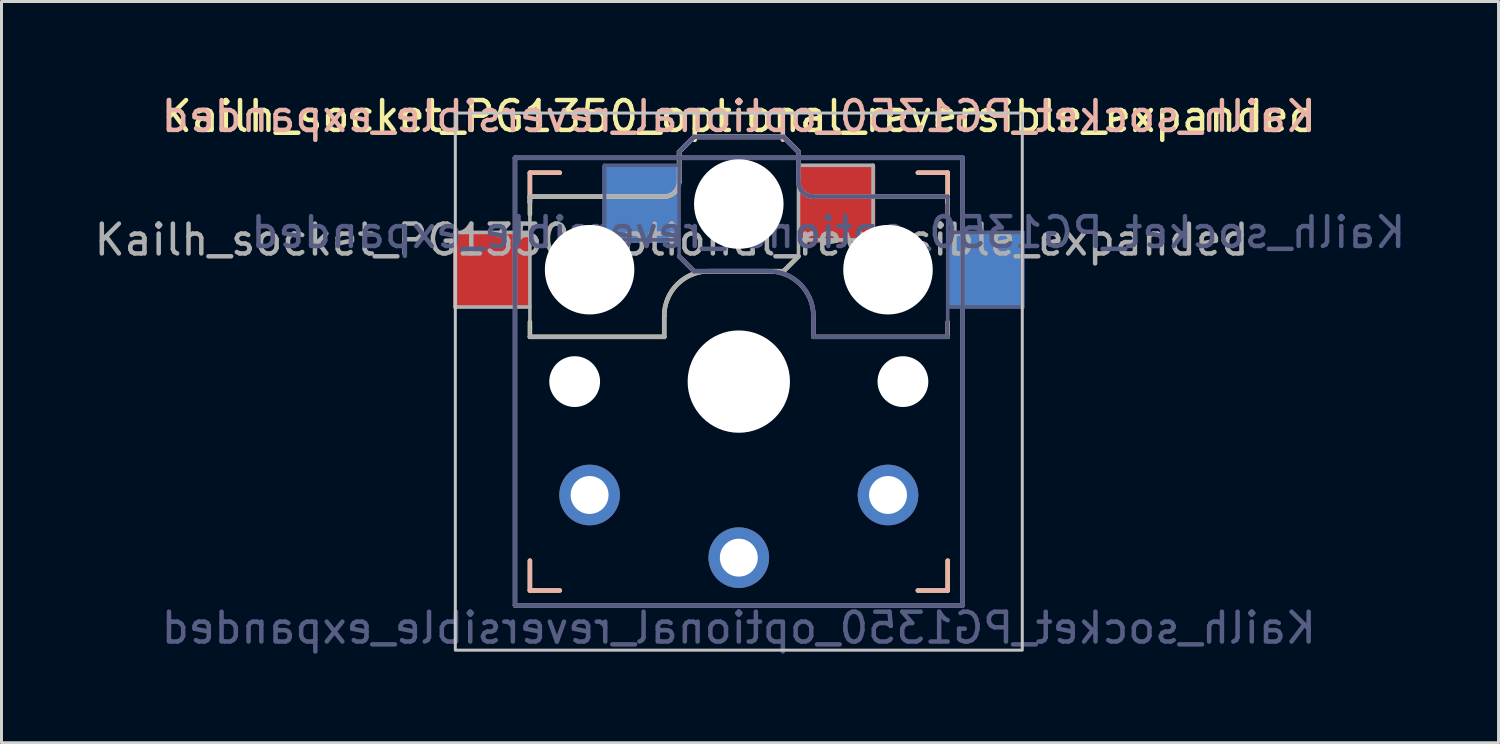
<source format=kicad_pcb>
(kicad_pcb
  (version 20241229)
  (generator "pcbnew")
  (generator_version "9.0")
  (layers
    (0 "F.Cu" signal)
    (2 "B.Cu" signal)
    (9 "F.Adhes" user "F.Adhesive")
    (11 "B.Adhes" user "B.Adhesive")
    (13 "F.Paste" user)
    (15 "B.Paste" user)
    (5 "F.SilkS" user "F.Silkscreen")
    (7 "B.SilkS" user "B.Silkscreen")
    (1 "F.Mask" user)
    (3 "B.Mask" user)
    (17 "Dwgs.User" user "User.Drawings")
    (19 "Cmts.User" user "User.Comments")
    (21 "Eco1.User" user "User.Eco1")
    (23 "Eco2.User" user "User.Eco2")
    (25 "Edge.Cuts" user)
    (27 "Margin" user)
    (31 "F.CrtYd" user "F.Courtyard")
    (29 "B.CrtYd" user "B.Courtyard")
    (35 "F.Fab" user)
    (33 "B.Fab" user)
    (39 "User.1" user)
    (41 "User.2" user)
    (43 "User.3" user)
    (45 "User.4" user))
  (footprint "Kailh_socket_PG1350_optional_reversible_expanded"
    (layer "F.Cu")
    (at 21.708 9.738)
    (property "Reference" "Kailh_socket_PG1350_optional_reversible_expanded" (at 0 -8.89 0) (layer "F.SilkS") (effects (font (size 1 1) (thickness 0.15))))
    (property "Value" "Kailh_socket_PG1350_optional_reversible_expanded" (at 0 8.255 0) (layer "F.Fab") (hide yes) (effects (font (size 1 1) (thickness 0.15))))
    (attr through_hole)
    (fp_line (start -7 -7) (end -6 -7) (stroke (width 0.15) (type solid)) (layer "F.SilkS"))
    (fp_line (start -7 -6.2) (end -2.5 -6.2) (stroke (width 0.15) (type solid)) (layer "F.SilkS"))
    (fp_line (start -7 -6) (end -7 -7) (stroke (width 0.15) (type solid)) (layer "F.SilkS"))
    (fp_line (start -7 -5.6) (end -7 -6.2) (stroke (width 0.15) (type solid)) (layer "F.SilkS"))
    (fp_line (start -7 -1.5) (end -7 -2) (stroke (width 0.15) (type solid)) (layer "F.SilkS"))
    (fp_line (start -7 7) (end -7 6) (stroke (width 0.15) (type solid)) (layer "F.SilkS"))
    (fp_line (start -6 7) (end -7 7) (stroke (width 0.15) (type solid)) (layer "F.SilkS"))
    (fp_line (start -2.5 -2.2) (end -2.5 -1.5) (stroke (width 0.15) (type solid)) (layer "F.SilkS"))
    (fp_line (start -2.5 -1.5) (end -7 -1.5) (stroke (width 0.15) (type solid)) (layer "F.SilkS"))
    (fp_line (start -2 -6.7) (end -2 -7.7) (stroke (width 0.15) (type solid)) (layer "F.SilkS"))
    (fp_line (start -1.5 -8.2) (end -2 -7.7) (stroke (width 0.15) (type solid)) (layer "F.SilkS"))
    (fp_line (start 1.5 -8.2) (end -1.5 -8.2) (stroke (width 0.15) (type solid)) (layer "F.SilkS"))
    (fp_line (start 1.5 -3.7) (end -1 -3.7) (stroke (width 0.15) (type solid)) (layer "F.SilkS"))
    (fp_line (start 2 -7.7) (end 1.5 -8.2) (stroke (width 0.15) (type solid)) (layer "F.SilkS"))
    (fp_line (start 2 -4.2) (end 1.5 -3.7) (stroke (width 0.15) (type solid)) (layer "F.SilkS"))
    (fp_line (start 6 -7) (end 7 -7) (stroke (width 0.15) (type solid)) (layer "F.SilkS"))
    (fp_line (start 7 -7) (end 7 -6) (stroke (width 0.15) (type solid)) (layer "F.SilkS"))
    (fp_line (start 7 6) (end 7 7) (stroke (width 0.15) (type solid)) (layer "F.SilkS"))
    (fp_line (start 7 7) (end 6 7) (stroke (width 0.15) (type solid)) (layer "F.SilkS"))
    (fp_arc (start -2.5 -2.2) (mid -2.06066 -3.26066) (end -1 -3.7) (stroke (width 0.15) (type solid)) (layer "F.SilkS"))
    (fp_arc (start -2 -6.7) (mid -2.146447 -6.346447) (end -2.5 -6.2) (stroke (width 0.15) (type solid)) (layer "F.SilkS"))
    (fp_line (start -7 -7) (end -6 -7) (stroke (width 0.15) (type solid)) (layer "B.SilkS"))
    (fp_line (start -7 -6) (end -7 -7) (stroke (width 0.15) (type solid)) (layer "B.SilkS"))
    (fp_line (start -7 7) (end -7 6) (stroke (width 0.15) (type solid)) (layer "B.SilkS"))
    (fp_line (start -6 7) (end -7 7) (stroke (width 0.15) (type solid)) (layer "B.SilkS"))
    (fp_line (start -2 -7.7) (end -1.5 -8.2) (stroke (width 0.15) (type solid)) (layer "B.SilkS"))
    (fp_line (start -2 -4.2) (end -1.5 -3.7) (stroke (width 0.15) (type solid)) (layer "B.SilkS"))
    (fp_line (start -1.5 -8.2) (end 1.5 -8.2) (stroke (width 0.15) (type solid)) (layer "B.SilkS"))
    (fp_line (start -1.5 -3.7) (end 1 -3.7) (stroke (width 0.15) (type solid)) (layer "B.SilkS"))
    (fp_line (start 1.5 -8.2) (end 2 -7.7) (stroke (width 0.15) (type solid)) (layer "B.SilkS"))
    (fp_line (start 2 -6.7) (end 2 -7.7) (stroke (width 0.15) (type solid)) (layer "B.SilkS"))
    (fp_line (start 2.5 -2.2) (end 2.5 -1.5) (stroke (width 0.15) (type solid)) (layer "B.SilkS"))
    (fp_line (start 2.5 -1.5) (end 7 -1.5) (stroke (width 0.15) (type solid)) (layer "B.SilkS"))
    (fp_line (start 6 -7) (end 7 -7) (stroke (width 0.15) (type solid)) (layer "B.SilkS"))
    (fp_line (start 7 -7) (end 7 -6) (stroke (width 0.15) (type solid)) (layer "B.SilkS"))
    (fp_line (start 7 -6.2) (end 2.5 -6.2) (stroke (width 0.15) (type solid)) (layer "B.SilkS"))
    (fp_line (start 7 -5.6) (end 7 -6.2) (stroke (width 0.15) (type solid)) (layer "B.SilkS"))
    (fp_line (start 7 -1.5) (end 7 -2) (stroke (width 0.15) (type solid)) (layer "B.SilkS"))
    (fp_line (start 7 6) (end 7 7) (stroke (width 0.15) (type solid)) (layer "B.SilkS"))
    (fp_line (start 7 7) (end 6 7) (stroke (width 0.15) (type solid)) (layer "B.SilkS"))
    (fp_arc (start 1 -3.7) (mid 2.06066 -3.26066) (end 2.5 -2.2) (stroke (width 0.15) (type solid)) (layer "B.SilkS"))
    (fp_arc (start 2.5 -6.2) (mid 2.146447 -6.346447) (end 2 -6.7) (stroke (width 0.15) (type solid)) (layer "B.SilkS"))
    (fp_rect (start -9.5 -9) (end 9.5 9) (stroke (width 0.1) (type default)) (fill no) (layer "Dwgs.User"))
    (fp_line (start -6.9 6.9) (end -6.9 -6.9) (stroke (width 0.15) (type solid)) (layer "Eco2.User"))
    (fp_line (start -6.9 6.9) (end 6.9 6.9) (stroke (width 0.15) (type solid)) (layer "Eco2.User"))
    (fp_line (start -2.6 -3.1) (end -2.6 -6.3) (stroke (width 0.15) (type solid)) (layer "Eco2.User"))
    (fp_line (start -2.6 -3.1) (end 2.6 -3.1) (stroke (width 0.15) (type solid)) (layer "Eco2.User"))
    (fp_line (start 2.6 -6.3) (end -2.6 -6.3) (stroke (width 0.15) (type solid)) (layer "Eco2.User"))
    (fp_line (start 2.6 -3.1) (end 2.6 -6.3) (stroke (width 0.15) (type solid)) (layer "Eco2.User"))
    (fp_line (start 6.9 -6.9) (end -6.9 -6.9) (stroke (width 0.15) (type solid)) (layer "Eco2.User"))
    (fp_line (start 6.9 -6.9) (end 6.9 6.9) (stroke (width 0.15) (type solid)) (layer "Eco2.User"))
    (fp_line (start -7.5 -7.5) (end 7.5 -7.5) (stroke (width 0.15) (type solid)) (layer "B.Fab"))
    (fp_line (start -7.5 7.5) (end -7.5 -7.5) (stroke (width 0.15) (type solid)) (layer "B.Fab"))
    (fp_line (start -4.5 -7.25) (end -2 -7.25) (stroke (width 0.12) (type solid)) (layer "B.Fab"))
    (fp_line (start -4.5 -4.75) (end -4.5 -7.25) (stroke (width 0.12) (type solid)) (layer "B.Fab"))
    (fp_line (start -2 -7.7) (end -1.5 -8.2) (stroke (width 0.15) (type solid)) (layer "B.Fab"))
    (fp_line (start -2 -4.75) (end -4.5 -4.75) (stroke (width 0.12) (type solid)) (layer "B.Fab"))
    (fp_line (start -2 -4.25) (end -2 -7.7) (stroke (width 0.12) (type solid)) (layer "B.Fab"))
    (fp_line (start -2 -4.2) (end -1.5 -3.7) (stroke (width 0.15) (type solid)) (layer "B.Fab"))
    (fp_line (start -1.5 -8.2) (end 1.5 -8.2) (stroke (width 0.15) (type solid)) (layer "B.Fab"))
    (fp_line (start -1.5 -3.7) (end 1 -3.7) (stroke (width 0.15) (type solid)) (layer "B.Fab"))
    (fp_line (start 1.5 -8.2) (end 2 -7.7) (stroke (width 0.15) (type solid)) (layer "B.Fab"))
    (fp_line (start 2 -6.7) (end 2 -7.7) (stroke (width 0.15) (type solid)) (layer "B.Fab"))
    (fp_line (start 2.5 -2.2) (end 2.5 -1.5) (stroke (width 0.15) (type solid)) (layer "B.Fab"))
    (fp_line (start 2.5 -1.5) (end 7 -1.5) (stroke (width 0.15) (type solid)) (layer "B.Fab"))
    (fp_line (start 7 -6.2) (end 2.5 -6.2) (stroke (width 0.15) (type solid)) (layer "B.Fab"))
    (fp_line (start 7 -5) (end 9.5 -5) (stroke (width 0.12) (type solid)) (layer "B.Fab"))
    (fp_line (start 7 -1.5) (end 7 -6.2) (stroke (width 0.12) (type solid)) (layer "B.Fab"))
    (fp_line (start 7.5 -7.5) (end 7.5 7.5) (stroke (width 0.15) (type solid)) (layer "B.Fab"))
    (fp_line (start 7.5 7.5) (end -7.5 7.5) (stroke (width 0.15) (type solid)) (layer "B.Fab"))
    (fp_line (start 9.5 -5) (end 9.5 -2.5) (stroke (width 0.12) (type solid)) (layer "B.Fab"))
    (fp_line (start 9.5 -2.5) (end 7 -2.5) (stroke (width 0.12) (type solid)) (layer "B.Fab"))
    (fp_arc (start 1 -3.7) (mid 2.06066 -3.26066) (end 2.5 -2.2) (stroke (width 0.15) (type solid)) (layer "B.Fab"))
    (fp_arc (start 2.5 -6.2) (mid 2.146447 -6.346447) (end 2 -6.7) (stroke (width 0.15) (type solid)) (layer "B.Fab"))
    (fp_line (start -9.5 -5) (end -9.5 -2.5) (stroke (width 0.12) (type solid)) (layer "F.Fab"))
    (fp_line (start -9.5 -2.5) (end -7 -2.5) (stroke (width 0.12) (type solid)) (layer "F.Fab"))
    (fp_line (start -7.5 -7.5) (end 7.5 -7.5) (stroke (width 0.15) (type solid)) (layer "F.Fab"))
    (fp_line (start -7.5 7.5) (end -7.5 -7.5) (stroke (width 0.15) (type solid)) (layer "F.Fab"))
    (fp_line (start -7 -6.2) (end -2.5 -6.2) (stroke (width 0.15) (type solid)) (layer "F.Fab"))
    (fp_line (start -7 -5) (end -9.5 -5) (stroke (width 0.12) (type solid)) (layer "F.Fab"))
    (fp_line (start -7 -1.5) (end -7 -6.2) (stroke (width 0.12) (type solid)) (layer "F.Fab"))
    (fp_line (start -2.5 -2.2) (end -2.5 -1.5) (stroke (width 0.15) (type solid)) (layer "F.Fab"))
    (fp_line (start -2.5 -1.5) (end -7 -1.5) (stroke (width 0.15) (type solid)) (layer "F.Fab"))
    (fp_line (start -2 -6.7) (end -2 -7.7) (stroke (width 0.15) (type solid)) (layer "F.Fab"))
    (fp_line (start -1.5 -8.2) (end -2 -7.7) (stroke (width 0.15) (type solid)) (layer "F.Fab"))
    (fp_line (start 1.5 -8.2) (end -1.5 -8.2) (stroke (width 0.15) (type solid)) (layer "F.Fab"))
    (fp_line (start 1.5 -3.7) (end -1 -3.7) (stroke (width 0.15) (type solid)) (layer "F.Fab"))
    (fp_line (start 2 -7.7) (end 1.5 -8.2) (stroke (width 0.15) (type solid)) (layer "F.Fab"))
    (fp_line (start 2 -4.75) (end 4.5 -4.75) (stroke (width 0.12) (type solid)) (layer "F.Fab"))
    (fp_line (start 2 -4.25) (end 2 -7.7) (stroke (width 0.12) (type solid)) (layer "F.Fab"))
    (fp_line (start 2 -4.2) (end 1.5 -3.7) (stroke (width 0.15) (type solid)) (layer "F.Fab"))
    (fp_line (start 4.5 -7.25) (end 2 -7.25) (stroke (width 0.12) (type solid)) (layer "F.Fab"))
    (fp_line (start 4.5 -4.75) (end 4.5 -7.25) (stroke (width 0.12) (type solid)) (layer "F.Fab"))
    (fp_line (start 7.5 -7.5) (end 7.5 7.5) (stroke (width 0.15) (type solid)) (layer "F.Fab"))
    (fp_line (start 7.5 7.5) (end -7.5 7.5) (stroke (width 0.15) (type solid)) (layer "F.Fab"))
    (fp_arc (start -2.5 -2.2) (mid -2.06066 -3.26066) (end -1 -3.7) (stroke (width 0.15) (type solid)) (layer "F.Fab"))
    (fp_arc (start -2 -6.7) (mid -2.146447 -6.346447) (end -2.5 -6.2) (stroke (width 0.15) (type solid)) (layer "F.Fab"))
    (fp_text user "${REFERENCE}" (at 0 -8.89 0) (layer "B.SilkS") (effects (font (size 1 1) (thickness 0.15)) (justify mirror)))
    (fp_text user "${VALUE}" (at 0 8.255 0) (layer "B.Fab") (effects (font (size 1 1) (thickness 0.15)) (justify mirror)))
    (fp_text user "${REFERENCE}" (at 3 -5 180) (layer "B.Fab") (effects (font (size 1 1) (thickness 0.15)) (justify mirror)))
    (fp_text user "${REFERENCE}" (at -2.25 -4.75 0) (layer "F.Fab") (effects (font (size 1 1) (thickness 0.15))))
    (pad "" np_thru_hole circle (at -5.5 0) (size 1.702 1.702) (drill 1.702) (layers "*.Cu" "*.Mask"))
    (pad "" np_thru_hole circle (at -5 -3.75) (size 3 3) (drill 3) (layers "*.Cu" "*.Mask"))
    (pad "" np_thru_hole circle (at 0 -5.95) (size 3 3) (drill 3) (layers "*.Cu" "*.Mask"))
    (pad "" np_thru_hole circle (at 0 0) (size 3.429 3.429) (drill 3.429) (layers "*.Cu" "*.Mask"))
    (pad "" np_thru_hole circle (at 5 -3.75) (size 3 3) (drill 3) (layers "*.Cu" "*.Mask"))
    (pad "" np_thru_hole circle (at 5.5 0) (size 1.702 1.702) (drill 1.702) (layers "*.Cu" "*.Mask"))
    (pad "1" smd rect (at -3.275 -5.95) (size 2.6 2.6) (layers "B.Cu" "B.Mask" "B.Paste"))
    (pad "1" thru_hole circle (at 0 5.9) (size 2.032 2.032) (drill 1.27) (layers "*.Cu" "*.Mask"))
    (pad "1" smd rect (at 3.275 -5.95) (size 2.6 2.6) (layers "F.Cu" "F.Mask" "F.Paste"))
    (pad "2" smd rect (at -8.275 -3.75) (size 2.6 2.6) (layers "F.Cu" "F.Mask" "F.Paste"))
    (pad "2" thru_hole circle (at -5 3.8) (size 2.032 2.032) (drill 1.27) (layers "*.Cu" "*.Mask"))
    (pad "2" thru_hole circle (at 5 3.8) (size 2.032 2.032) (drill 1.27) (layers "*.Cu" "*.Mask"))
    (pad "2" smd rect (at 8.275 -3.75) (size 2.6 2.6) (layers "B.Cu" "B.Mask" "B.Paste")))
  (gr_rect
    (start -3 -3)
    (end 47.167 21.841)
    (stroke (width 0.1) (type default))
    (fill no)
    (layer "Edge.Cuts")))
</source>
